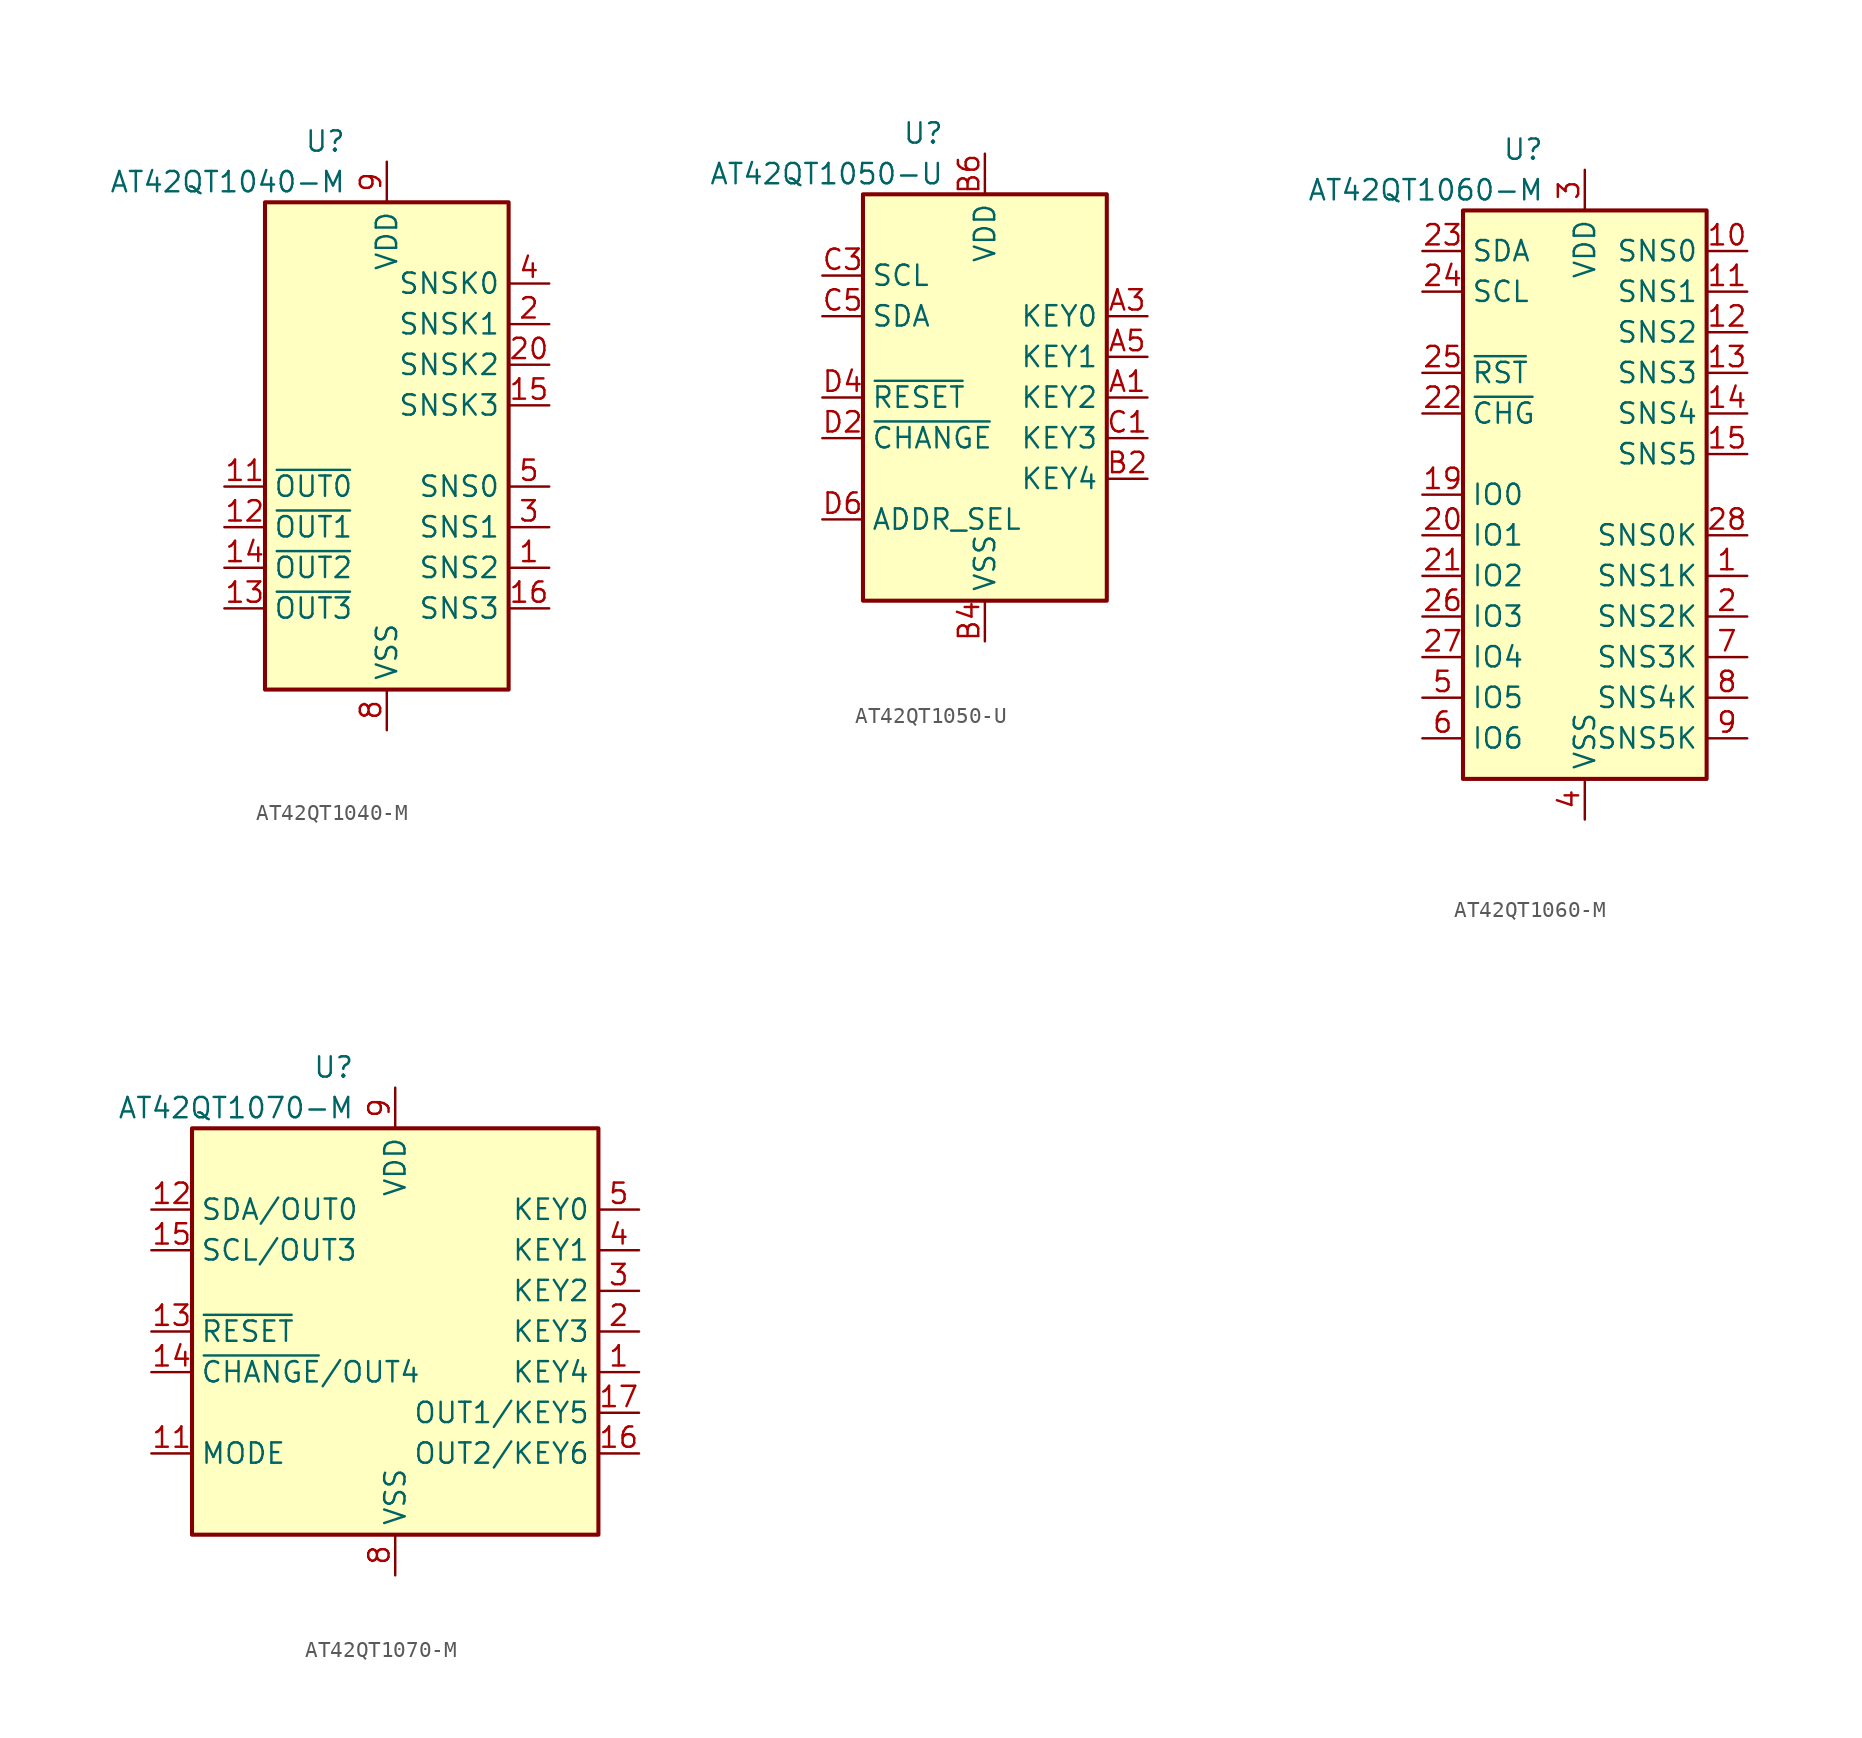
<source format=kicad_sym>
(kicad_symbol_lib
  (version 20201005)
  (generator kicad_symbol_editor)
  (symbol "AT42QT1040-M"
    (property "Reference" "U"
      (at -2.54 19.05 0)
      (effects (font (size 1.27 1.27)) (justify right)))
    (property "Value" "AT42QT1040-M"
      (at -2.54 16.51 0)
      (effects (font (size 1.27 1.27)) (justify right)))
    (symbol "AT42QT1040-M_0_1"
      (rectangle (start -7.62 15.24) (end 7.62 -15.24) (stroke (width 0.254)) (fill (type background))))
    (symbol "AT42QT1040-M_1_1"
      (pin passive line (at 10.16 -7.62 180) (length 2.54) (name "SNS2" (effects (font (size 1.27 1.27)))) (number "1" (effects (font (size 1.27 1.27)))))
      (pin no_connect line (at -7.62 7.62 0) (length 2.54) hide (name "NC" (effects (font (size 1.27 1.27)))) (number "10" (effects (font (size 1.27 1.27)))))
      (pin open_collector line (at -10.16 -2.54 0) (length 2.54) (name "~OUT0" (effects (font (size 1.27 1.27)))) (number "11" (effects (font (size 1.27 1.27)))))
      (pin open_collector line (at -10.16 -5.08 0) (length 2.54) (name "~OUT1" (effects (font (size 1.27 1.27)))) (number "12" (effects (font (size 1.27 1.27)))))
      (pin open_collector line (at -10.16 -10.16 0) (length 2.54) (name "~OUT3" (effects (font (size 1.27 1.27)))) (number "13" (effects (font (size 1.27 1.27)))))
      (pin open_collector line (at -10.16 -7.62 0) (length 2.54) (name "~OUT2" (effects (font (size 1.27 1.27)))) (number "14" (effects (font (size 1.27 1.27)))))
      (pin passive line (at 10.16 2.54 180) (length 2.54) (name "SNSK3" (effects (font (size 1.27 1.27)))) (number "15" (effects (font (size 1.27 1.27)))))
      (pin passive line (at 10.16 -10.16 180) (length 2.54) (name "SNS3" (effects (font (size 1.27 1.27)))) (number "16" (effects (font (size 1.27 1.27)))))
      (pin no_connect line (at -7.62 5.08 0) (length 2.54) hide (name "NC" (effects (font (size 1.27 1.27)))) (number "17" (effects (font (size 1.27 1.27)))))
      (pin no_connect line (at -7.62 2.54 0) (length 2.54) hide (name "NC" (effects (font (size 1.27 1.27)))) (number "18" (effects (font (size 1.27 1.27)))))
      (pin no_connect line (at -7.62 0 0) (length 2.54) hide (name "NC" (effects (font (size 1.27 1.27)))) (number "19" (effects (font (size 1.27 1.27)))))
      (pin passive line (at 10.16 7.62 180) (length 2.54) (name "SNSK1" (effects (font (size 1.27 1.27)))) (number "2" (effects (font (size 1.27 1.27)))))
      (pin passive line (at 10.16 5.08 180) (length 2.54) (name "SNSK2" (effects (font (size 1.27 1.27)))) (number "20" (effects (font (size 1.27 1.27)))))
      (pin passive line (at 0 -17.78 90) (length 2.54) hide (name "VSS" (effects (font (size 1.27 1.27)))) (number "21" (effects (font (size 1.27 1.27)))))
      (pin passive line (at 10.16 -5.08 180) (length 2.54) (name "SNS1" (effects (font (size 1.27 1.27)))) (number "3" (effects (font (size 1.27 1.27)))))
      (pin passive line (at 10.16 10.16 180) (length 2.54) (name "SNSK0" (effects (font (size 1.27 1.27)))) (number "4" (effects (font (size 1.27 1.27)))))
      (pin passive line (at 10.16 -2.54 180) (length 2.54) (name "SNS0" (effects (font (size 1.27 1.27)))) (number "5" (effects (font (size 1.27 1.27)))))
      (pin no_connect line (at -7.62 12.7 0) (length 2.54) hide (name "NC" (effects (font (size 1.27 1.27)))) (number "6" (effects (font (size 1.27 1.27)))))
      (pin no_connect line (at -7.62 10.16 0) (length 2.54) hide (name "NC" (effects (font (size 1.27 1.27)))) (number "7" (effects (font (size 1.27 1.27)))))
      (pin power_in line (at 0 -17.78 90) (length 2.54) (name "VSS" (effects (font (size 1.27 1.27)))) (number "8" (effects (font (size 1.27 1.27)))))
      (pin power_in line (at 0 17.78 270) (length 2.54) (name "VDD" (effects (font (size 1.27 1.27)))) (number "9" (effects (font (size 1.27 1.27)))))))
  (symbol "AT42QT1050-U"
    (property "Reference" "U"
      (at -2.54 16.51 0)
      (effects (font (size 1.27 1.27)) (justify right)))
    (property "Value" "AT42QT1050-U"
      (at -2.54 13.97 0)
      (effects (font (size 1.27 1.27)) (justify right)))
    (symbol "AT42QT1050-U_0_1"
      (rectangle (start -7.62 12.7) (end 7.62 -12.7) (stroke (width 0.254)) (fill (type background))))
    (symbol "AT42QT1050-U_1_1"
      (pin passive line (at 10.16 0 180) (length 2.54) (name "KEY2" (effects (font (size 1.27 1.27)))) (number "A1" (effects (font (size 1.27 1.27)))))
      (pin passive line (at 10.16 5.08 180) (length 2.54) (name "KEY0" (effects (font (size 1.27 1.27)))) (number "A3" (effects (font (size 1.27 1.27)))))
      (pin passive line (at 10.16 2.54 180) (length 2.54) (name "KEY1" (effects (font (size 1.27 1.27)))) (number "A5" (effects (font (size 1.27 1.27)))))
      (pin passive line (at 10.16 -5.08 180) (length 2.54) (name "KEY4" (effects (font (size 1.27 1.27)))) (number "B2" (effects (font (size 1.27 1.27)))))
      (pin power_in line (at 0 -15.24 90) (length 2.54) (name "VSS" (effects (font (size 1.27 1.27)))) (number "B4" (effects (font (size 1.27 1.27)))))
      (pin power_in line (at 0 15.24 270) (length 2.54) (name "VDD" (effects (font (size 1.27 1.27)))) (number "B6" (effects (font (size 1.27 1.27)))))
      (pin passive line (at 10.16 -2.54 180) (length 2.54) (name "KEY3" (effects (font (size 1.27 1.27)))) (number "C1" (effects (font (size 1.27 1.27)))))
      (pin input line (at -10.16 7.62 0) (length 2.54) (name "SCL" (effects (font (size 1.27 1.27)))) (number "C3" (effects (font (size 1.27 1.27)))))
      (pin bidirectional line (at -10.16 5.08 0) (length 2.54) (name "SDA" (effects (font (size 1.27 1.27)))) (number "C5" (effects (font (size 1.27 1.27)))))
      (pin open_collector line (at -10.16 -2.54 0) (length 2.54) (name "~CHANGE" (effects (font (size 1.27 1.27)))) (number "D2" (effects (font (size 1.27 1.27)))))
      (pin input line (at -10.16 0 0) (length 2.54) (name "~RESET" (effects (font (size 1.27 1.27)))) (number "D4" (effects (font (size 1.27 1.27)))))
      (pin input line (at -10.16 -7.62 0) (length 2.54) (name "ADDR_SEL" (effects (font (size 1.27 1.27)))) (number "D6" (effects (font (size 1.27 1.27)))))))
  (symbol "AT42QT1060-M"
    (property "Reference" "U"
      (at -2.54 21.59 0)
      (effects (font (size 1.27 1.27)) (justify right)))
    (property "Value" "AT42QT1060-M"
      (at -2.54 19.05 0)
      (effects (font (size 1.27 1.27)) (justify right)))
    (symbol "AT42QT1060-M_0_1"
      (rectangle (start 7.62 17.78) (end -7.62 -17.78) (stroke (width 0.254)) (fill (type background))))
    (symbol "AT42QT1060-M_1_1"
      (pin passive line (at 10.16 -5.08 180) (length 2.54) (name "SNS1K" (effects (font (size 1.27 1.27)))) (number "1" (effects (font (size 1.27 1.27)))))
      (pin passive line (at 10.16 15.24 180) (length 2.54) (name "SNS0" (effects (font (size 1.27 1.27)))) (number "10" (effects (font (size 1.27 1.27)))))
      (pin passive line (at 10.16 12.7 180) (length 2.54) (name "SNS1" (effects (font (size 1.27 1.27)))) (number "11" (effects (font (size 1.27 1.27)))))
      (pin passive line (at 10.16 10.16 180) (length 2.54) (name "SNS2" (effects (font (size 1.27 1.27)))) (number "12" (effects (font (size 1.27 1.27)))))
      (pin passive line (at 10.16 7.62 180) (length 2.54) (name "SNS3" (effects (font (size 1.27 1.27)))) (number "13" (effects (font (size 1.27 1.27)))))
      (pin passive line (at 10.16 5.08 180) (length 2.54) (name "SNS4" (effects (font (size 1.27 1.27)))) (number "14" (effects (font (size 1.27 1.27)))))
      (pin passive line (at 10.16 2.54 180) (length 2.54) (name "SNS5" (effects (font (size 1.27 1.27)))) (number "15" (effects (font (size 1.27 1.27)))))
      (pin passive line (at 0 20.32 270) (length 2.54) hide (name "VDD" (effects (font (size 1.27 1.27)))) (number "16" (effects (font (size 1.27 1.27)))))
      (pin passive line (at 0 20.32 270) (length 2.54) hide (name "VDD" (effects (font (size 1.27 1.27)))) (number "17" (effects (font (size 1.27 1.27)))))
      (pin passive line (at 0 -20.32 90) (length 2.54) hide (name "VSS" (effects (font (size 1.27 1.27)))) (number "18" (effects (font (size 1.27 1.27)))))
      (pin bidirectional line (at -10.16 0 0) (length 2.54) (name "IO0" (effects (font (size 1.27 1.27)))) (number "19" (effects (font (size 1.27 1.27)))))
      (pin passive line (at 10.16 -7.62 180) (length 2.54) (name "SNS2K" (effects (font (size 1.27 1.27)))) (number "2" (effects (font (size 1.27 1.27)))))
      (pin bidirectional line (at -10.16 -2.54 0) (length 2.54) (name "IO1" (effects (font (size 1.27 1.27)))) (number "20" (effects (font (size 1.27 1.27)))))
      (pin bidirectional line (at -10.16 -5.08 0) (length 2.54) (name "IO2" (effects (font (size 1.27 1.27)))) (number "21" (effects (font (size 1.27 1.27)))))
      (pin open_collector line (at -10.16 5.08 0) (length 2.54) (name "~CHG" (effects (font (size 1.27 1.27)))) (number "22" (effects (font (size 1.27 1.27)))))
      (pin bidirectional line (at -10.16 15.24 0) (length 2.54) (name "SDA" (effects (font (size 1.27 1.27)))) (number "23" (effects (font (size 1.27 1.27)))))
      (pin input line (at -10.16 12.7 0) (length 2.54) (name "SCL" (effects (font (size 1.27 1.27)))) (number "24" (effects (font (size 1.27 1.27)))))
      (pin input line (at -10.16 7.62 0) (length 2.54) (name "~RST" (effects (font (size 1.27 1.27)))) (number "25" (effects (font (size 1.27 1.27)))))
      (pin bidirectional line (at -10.16 -7.62 0) (length 2.54) (name "IO3" (effects (font (size 1.27 1.27)))) (number "26" (effects (font (size 1.27 1.27)))))
      (pin bidirectional line (at -10.16 -10.16 0) (length 2.54) (name "IO4" (effects (font (size 1.27 1.27)))) (number "27" (effects (font (size 1.27 1.27)))))
      (pin passive line (at 10.16 -2.54 180) (length 2.54) (name "SNS0K" (effects (font (size 1.27 1.27)))) (number "28" (effects (font (size 1.27 1.27)))))
      (pin passive line (at 0 -20.32 90) (length 2.54) hide (name "VSS" (effects (font (size 1.27 1.27)))) (number "29" (effects (font (size 1.27 1.27)))))
      (pin power_in line (at 0 20.32 270) (length 2.54) (name "VDD" (effects (font (size 1.27 1.27)))) (number "3" (effects (font (size 1.27 1.27)))))
      (pin power_in line (at 0 -20.32 90) (length 2.54) (name "VSS" (effects (font (size 1.27 1.27)))) (number "4" (effects (font (size 1.27 1.27)))))
      (pin bidirectional line (at -10.16 -12.7 0) (length 2.54) (name "IO5" (effects (font (size 1.27 1.27)))) (number "5" (effects (font (size 1.27 1.27)))))
      (pin bidirectional line (at -10.16 -15.24 0) (length 2.54) (name "IO6" (effects (font (size 1.27 1.27)))) (number "6" (effects (font (size 1.27 1.27)))))
      (pin passive line (at 10.16 -10.16 180) (length 2.54) (name "SNS3K" (effects (font (size 1.27 1.27)))) (number "7" (effects (font (size 1.27 1.27)))))
      (pin passive line (at 10.16 -12.7 180) (length 2.54) (name "SNS4K" (effects (font (size 1.27 1.27)))) (number "8" (effects (font (size 1.27 1.27)))))
      (pin passive line (at 10.16 -15.24 180) (length 2.54) (name "SNS5K" (effects (font (size 1.27 1.27)))) (number "9" (effects (font (size 1.27 1.27)))))))
  (symbol "AT42QT1070-M"
    (property "Reference" "U"
      (at -2.54 16.51 0)
      (effects (font (size 1.27 1.27)) (justify right)))
    (property "Value" "AT42QT1070-M"
      (at -2.54 13.97 0)
      (effects (font (size 1.27 1.27)) (justify right)))
    (symbol "AT42QT1070-M_0_1"
      (rectangle (start -12.7 12.7) (end 12.7 -12.7) (stroke (width 0.254)) (fill (type background))))
    (symbol "AT42QT1070-M_1_1"
      (pin passive line (at 15.24 -2.54 180) (length 2.54) (name "KEY4" (effects (font (size 1.27 1.27)))) (number "1" (effects (font (size 1.27 1.27)))))
      (pin no_connect line (at -5.08 -12.7 90) (length 2.54) hide (name "NC" (effects (font (size 1.27 1.27)))) (number "10" (effects (font (size 1.27 1.27)))))
      (pin input line (at -15.24 -7.62 0) (length 2.54) (name "MODE" (effects (font (size 1.27 1.27)))) (number "11" (effects (font (size 1.27 1.27)))))
      (pin bidirectional line (at -15.24 7.62 0) (length 2.54) (name "SDA/OUT0" (effects (font (size 1.27 1.27)))) (number "12" (effects (font (size 1.27 1.27)))))
      (pin input line (at -15.24 0 0) (length 2.54) (name "~RESET" (effects (font (size 1.27 1.27)))) (number "13" (effects (font (size 1.27 1.27)))))
      (pin open_collector line (at -15.24 -2.54 0) (length 2.54) (name "~CHANGE~/OUT4" (effects (font (size 1.27 1.27)))) (number "14" (effects (font (size 1.27 1.27)))))
      (pin bidirectional line (at -15.24 5.08 0) (length 2.54) (name "SCL/OUT3" (effects (font (size 1.27 1.27)))) (number "15" (effects (font (size 1.27 1.27)))))
      (pin output line (at 15.24 -7.62 180) (length 2.54) (name "OUT2/KEY6" (effects (font (size 1.27 1.27)))) (number "16" (effects (font (size 1.27 1.27)))))
      (pin output line (at 15.24 -5.08 180) (length 2.54) (name "OUT1/KEY5" (effects (font (size 1.27 1.27)))) (number "17" (effects (font (size 1.27 1.27)))))
      (pin no_connect line (at 5.08 -12.7 90) (length 2.54) hide (name "NC" (effects (font (size 1.27 1.27)))) (number "18" (effects (font (size 1.27 1.27)))))
      (pin no_connect line (at 7.62 -12.7 90) (length 2.54) hide (name "NC" (effects (font (size 1.27 1.27)))) (number "19" (effects (font (size 1.27 1.27)))))
      (pin passive line (at 15.24 0 180) (length 2.54) (name "KEY3" (effects (font (size 1.27 1.27)))) (number "2" (effects (font (size 1.27 1.27)))))
      (pin no_connect line (at 10.16 -12.7 90) (length 2.54) hide (name "NC" (effects (font (size 1.27 1.27)))) (number "20" (effects (font (size 1.27 1.27)))))
      (pin passive line (at 0 -15.24 90) (length 2.54) hide (name "VSS" (effects (font (size 1.27 1.27)))) (number "21" (effects (font (size 1.27 1.27)))))
      (pin passive line (at 15.24 2.54 180) (length 2.54) (name "KEY2" (effects (font (size 1.27 1.27)))) (number "3" (effects (font (size 1.27 1.27)))))
      (pin passive line (at 15.24 5.08 180) (length 2.54) (name "KEY1" (effects (font (size 1.27 1.27)))) (number "4" (effects (font (size 1.27 1.27)))))
      (pin passive line (at 15.24 7.62 180) (length 2.54) (name "KEY0" (effects (font (size 1.27 1.27)))) (number "5" (effects (font (size 1.27 1.27)))))
      (pin no_connect line (at -10.16 -12.7 90) (length 2.54) hide (name "NC" (effects (font (size 1.27 1.27)))) (number "6" (effects (font (size 1.27 1.27)))))
      (pin no_connect line (at -7.62 -12.7 90) (length 2.54) hide (name "NC" (effects (font (size 1.27 1.27)))) (number "7" (effects (font (size 1.27 1.27)))))
      (pin power_in line (at 0 -15.24 90) (length 2.54) (name "VSS" (effects (font (size 1.27 1.27)))) (number "8" (effects (font (size 1.27 1.27)))))
      (pin power_in line (at 0 15.24 270) (length 2.54) (name "VDD" (effects (font (size 1.27 1.27)))) (number "9" (effects (font (size 1.27 1.27))))))))
</source>
